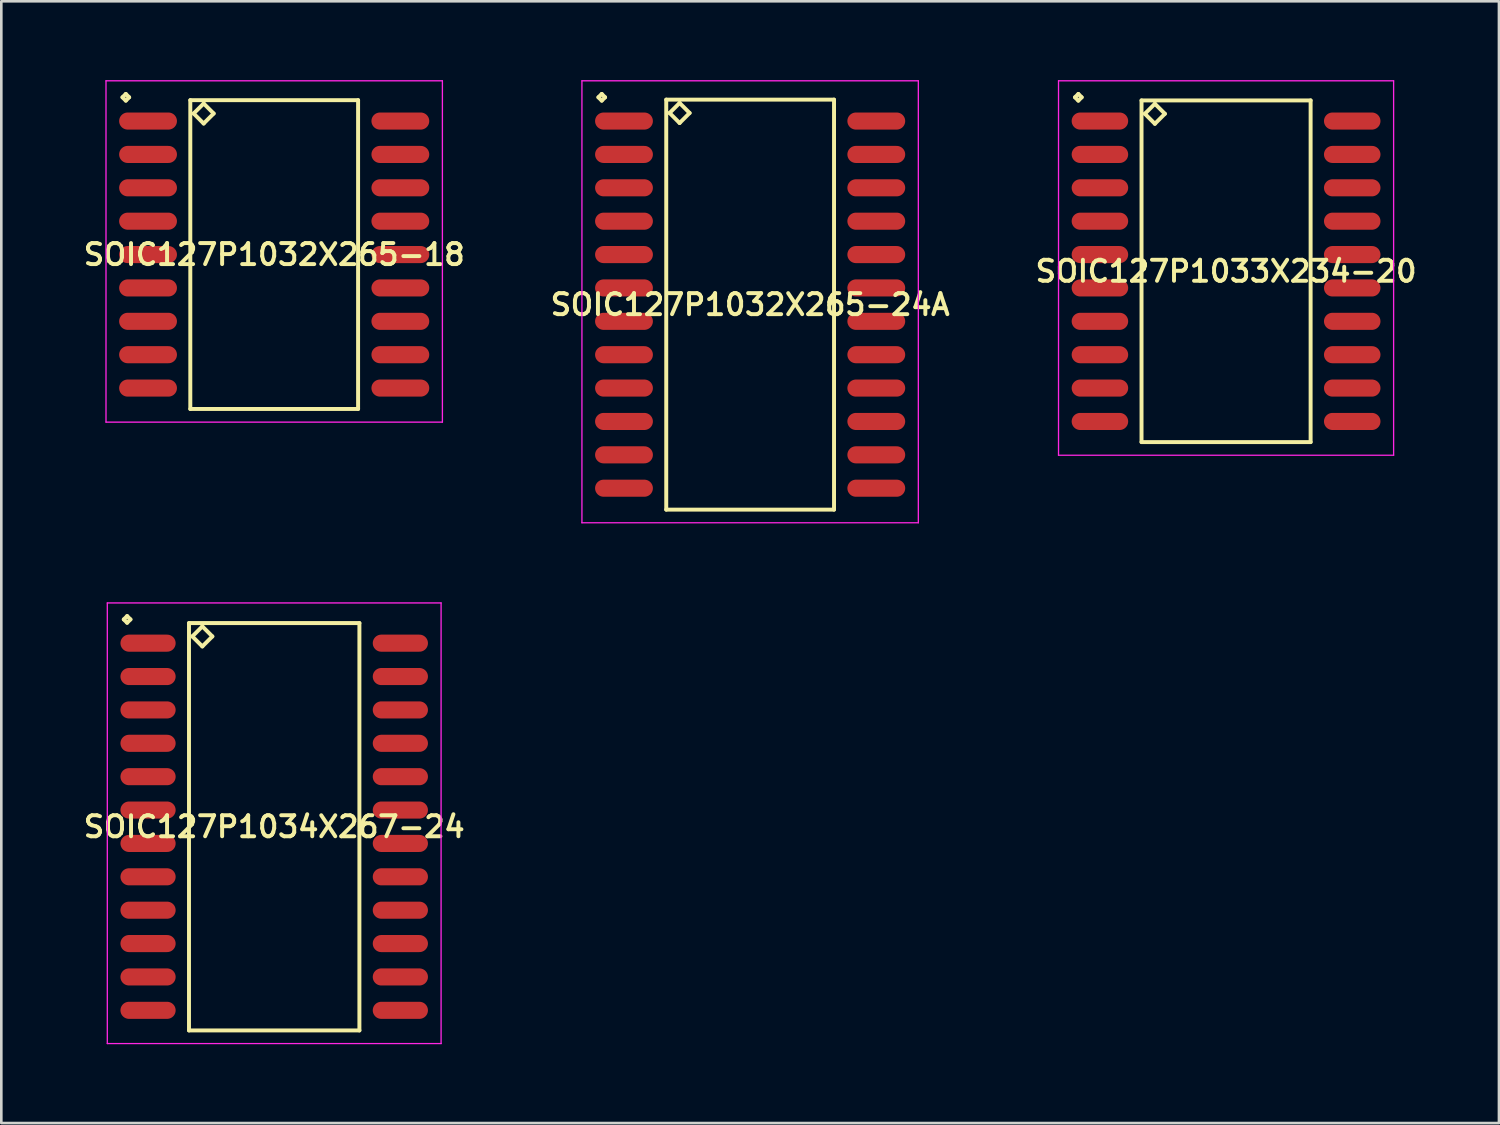
<source format=kicad_pcb>
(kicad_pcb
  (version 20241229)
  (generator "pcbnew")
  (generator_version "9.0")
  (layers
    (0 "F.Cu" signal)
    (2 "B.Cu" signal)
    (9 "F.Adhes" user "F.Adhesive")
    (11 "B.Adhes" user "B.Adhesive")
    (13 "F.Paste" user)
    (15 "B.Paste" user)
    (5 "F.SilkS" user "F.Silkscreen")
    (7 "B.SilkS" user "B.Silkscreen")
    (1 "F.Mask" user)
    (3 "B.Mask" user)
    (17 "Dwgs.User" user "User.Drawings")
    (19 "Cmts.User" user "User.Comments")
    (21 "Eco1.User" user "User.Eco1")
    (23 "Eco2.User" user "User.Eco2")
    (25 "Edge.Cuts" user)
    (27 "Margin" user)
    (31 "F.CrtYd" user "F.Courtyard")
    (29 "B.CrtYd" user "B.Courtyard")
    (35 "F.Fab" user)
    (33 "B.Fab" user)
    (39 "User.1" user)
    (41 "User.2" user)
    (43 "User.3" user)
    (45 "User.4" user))
  (footprint "SOIC127P1034X267-24"
    (layer "F.Cu")
    (at 7.383 28.407)
    (property "Reference" "SOIC127P1034X267-24" (at 0 0 0) (layer "F.SilkS") (effects (font (size 0.8 0.8) (thickness 0.15))))
    (attr smd)
    (fp_line (start -5.723 -7.889) (end -5.596 -8.016) (stroke (width 0.15) (type solid)) (layer "F.SilkS"))
    (fp_line (start -5.596 -8.016) (end -5.469 -7.889) (stroke (width 0.15) (type solid)) (layer "F.SilkS"))
    (fp_line (start -5.596 -7.762) (end -5.723 -7.889) (stroke (width 0.15) (type solid)) (layer "F.SilkS"))
    (fp_line (start -5.469 -7.889) (end -5.596 -7.762) (stroke (width 0.15) (type solid)) (layer "F.SilkS"))
    (fp_line (start -3.242 -7.75) (end -3.242 7.75) (stroke (width 0.15) (type solid)) (layer "F.SilkS"))
    (fp_line (start -3.242 7.75) (end 3.242 7.75) (stroke (width 0.15) (type solid)) (layer "F.SilkS"))
    (fp_line (start -3.115 -7.242) (end -2.734 -7.623) (stroke (width 0.15) (type solid)) (layer "F.SilkS"))
    (fp_line (start -2.734 -7.623) (end -2.353 -7.242) (stroke (width 0.15) (type solid)) (layer "F.SilkS"))
    (fp_line (start -2.734 -6.861) (end -3.115 -7.242) (stroke (width 0.15) (type solid)) (layer "F.SilkS"))
    (fp_line (start -2.353 -7.242) (end -2.734 -6.861) (stroke (width 0.15) (type solid)) (layer "F.SilkS"))
    (fp_line (start 3.242 -7.75) (end -3.242 -7.75) (stroke (width 0.15) (type solid)) (layer "F.SilkS"))
    (fp_line (start 3.242 7.75) (end 3.242 -7.75) (stroke (width 0.15) (type solid)) (layer "F.SilkS"))
    (fp_line (start -6.35 -8.516) (end 6.35 -8.516) (stroke (width 0.05) (type solid)) (layer "F.CrtYd"))
    (fp_line (start -6.35 8.25) (end -6.35 -8.516) (stroke (width 0.05) (type solid)) (layer "F.CrtYd"))
    (fp_line (start 6.35 -8.516) (end 6.35 8.25) (stroke (width 0.05) (type solid)) (layer "F.CrtYd"))
    (fp_line (start 6.35 8.25) (end -6.35 8.25) (stroke (width 0.05) (type solid)) (layer "F.CrtYd"))
    (pad "1" smd oval (at -4.8 -6.985) (size 2.1 0.65) (layers "F.Cu" "F.Mask" "F.Paste"))
    (pad "2" smd oval (at -4.8 -5.715) (size 2.1 0.65) (layers "F.Cu" "F.Mask" "F.Paste"))
    (pad "3" smd oval (at -4.8 -4.445) (size 2.1 0.65) (layers "F.Cu" "F.Mask" "F.Paste"))
    (pad "4" smd oval (at -4.8 -3.175) (size 2.1 0.65) (layers "F.Cu" "F.Mask" "F.Paste"))
    (pad "5" smd oval (at -4.8 -1.905) (size 2.1 0.65) (layers "F.Cu" "F.Mask" "F.Paste"))
    (pad "6" smd oval (at -4.8 -0.635) (size 2.1 0.65) (layers "F.Cu" "F.Mask" "F.Paste"))
    (pad "7" smd oval (at -4.8 0.635) (size 2.1 0.65) (layers "F.Cu" "F.Mask" "F.Paste"))
    (pad "8" smd oval (at -4.8 1.905) (size 2.1 0.65) (layers "F.Cu" "F.Mask" "F.Paste"))
    (pad "9" smd oval (at -4.8 3.175) (size 2.1 0.65) (layers "F.Cu" "F.Mask" "F.Paste"))
    (pad "10" smd oval (at -4.8 4.445) (size 2.1 0.65) (layers "F.Cu" "F.Mask" "F.Paste"))
    (pad "11" smd oval (at -4.8 5.715) (size 2.1 0.65) (layers "F.Cu" "F.Mask" "F.Paste"))
    (pad "12" smd oval (at -4.8 6.985) (size 2.1 0.65) (layers "F.Cu" "F.Mask" "F.Paste"))
    (pad "13" smd oval (at 4.8 6.985) (size 2.1 0.65) (layers "F.Cu" "F.Mask" "F.Paste"))
    (pad "14" smd oval (at 4.8 5.715) (size 2.1 0.65) (layers "F.Cu" "F.Mask" "F.Paste"))
    (pad "15" smd oval (at 4.8 4.445) (size 2.1 0.65) (layers "F.Cu" "F.Mask" "F.Paste"))
    (pad "16" smd oval (at 4.8 3.175) (size 2.1 0.65) (layers "F.Cu" "F.Mask" "F.Paste"))
    (pad "17" smd oval (at 4.8 1.905) (size 2.1 0.65) (layers "F.Cu" "F.Mask" "F.Paste"))
    (pad "18" smd oval (at 4.8 0.635) (size 2.1 0.65) (layers "F.Cu" "F.Mask" "F.Paste"))
    (pad "19" smd oval (at 4.8 -0.635) (size 2.1 0.65) (layers "F.Cu" "F.Mask" "F.Paste"))
    (pad "20" smd oval (at 4.8 -1.905) (size 2.1 0.65) (layers "F.Cu" "F.Mask" "F.Paste"))
    (pad "21" smd oval (at 4.8 -3.175) (size 2.1 0.65) (layers "F.Cu" "F.Mask" "F.Paste"))
    (pad "22" smd oval (at 4.8 -4.445) (size 2.1 0.65) (layers "F.Cu" "F.Mask" "F.Paste"))
    (pad "23" smd oval (at 4.8 -5.715) (size 2.1 0.65) (layers "F.Cu" "F.Mask" "F.Paste"))
    (pad "24" smd oval (at 4.8 -6.985) (size 2.1 0.65) (layers "F.Cu" "F.Mask" "F.Paste")))
  (footprint "SOIC127P1033X234-20"
    (layer "F.Cu")
    (at 43.601 7.271)
    (property "Reference" "SOIC127P1033X234-20" (at 0 0 0) (layer "F.SilkS") (effects (font (size 0.8 0.8) (thickness 0.15))))
    (attr smd)
    (fp_line (start -5.748 -6.619) (end -5.621 -6.746) (stroke (width 0.15) (type solid)) (layer "F.SilkS"))
    (fp_line (start -5.621 -6.746) (end -5.494 -6.619) (stroke (width 0.15) (type solid)) (layer "F.SilkS"))
    (fp_line (start -5.621 -6.492) (end -5.748 -6.619) (stroke (width 0.15) (type solid)) (layer "F.SilkS"))
    (fp_line (start -5.494 -6.619) (end -5.621 -6.492) (stroke (width 0.15) (type solid)) (layer "F.SilkS"))
    (fp_line (start -3.217 -6.5) (end -3.217 6.5) (stroke (width 0.15) (type solid)) (layer "F.SilkS"))
    (fp_line (start -3.217 6.5) (end 3.217 6.5) (stroke (width 0.15) (type solid)) (layer "F.SilkS"))
    (fp_line (start -3.09 -5.992) (end -2.709 -6.373) (stroke (width 0.15) (type solid)) (layer "F.SilkS"))
    (fp_line (start -2.709 -6.373) (end -2.328 -5.992) (stroke (width 0.15) (type solid)) (layer "F.SilkS"))
    (fp_line (start -2.709 -5.611) (end -3.09 -5.992) (stroke (width 0.15) (type solid)) (layer "F.SilkS"))
    (fp_line (start -2.328 -5.992) (end -2.709 -5.611) (stroke (width 0.15) (type solid)) (layer "F.SilkS"))
    (fp_line (start 3.217 -6.5) (end -3.217 -6.5) (stroke (width 0.15) (type solid)) (layer "F.SilkS"))
    (fp_line (start 3.217 6.5) (end 3.217 -6.5) (stroke (width 0.15) (type solid)) (layer "F.SilkS"))
    (fp_line (start -6.375 -7.246) (end 6.375 -7.246) (stroke (width 0.05) (type solid)) (layer "F.CrtYd"))
    (fp_line (start -6.375 7) (end -6.375 -7.246) (stroke (width 0.05) (type solid)) (layer "F.CrtYd"))
    (fp_line (start 6.375 -7.246) (end 6.375 7) (stroke (width 0.05) (type solid)) (layer "F.CrtYd"))
    (fp_line (start 6.375 7) (end -6.375 7) (stroke (width 0.05) (type solid)) (layer "F.CrtYd"))
    (pad "1" smd oval (at -4.8 -5.715) (size 2.15 0.65) (layers "F.Cu" "F.Mask" "F.Paste"))
    (pad "2" smd oval (at -4.8 -4.445) (size 2.15 0.65) (layers "F.Cu" "F.Mask" "F.Paste"))
    (pad "3" smd oval (at -4.8 -3.175) (size 2.15 0.65) (layers "F.Cu" "F.Mask" "F.Paste"))
    (pad "4" smd oval (at -4.8 -1.905) (size 2.15 0.65) (layers "F.Cu" "F.Mask" "F.Paste"))
    (pad "5" smd oval (at -4.8 -0.635) (size 2.15 0.65) (layers "F.Cu" "F.Mask" "F.Paste"))
    (pad "6" smd oval (at -4.8 0.635) (size 2.15 0.65) (layers "F.Cu" "F.Mask" "F.Paste"))
    (pad "7" smd oval (at -4.8 1.905) (size 2.15 0.65) (layers "F.Cu" "F.Mask" "F.Paste"))
    (pad "8" smd oval (at -4.8 3.175) (size 2.15 0.65) (layers "F.Cu" "F.Mask" "F.Paste"))
    (pad "9" smd oval (at -4.8 4.445) (size 2.15 0.65) (layers "F.Cu" "F.Mask" "F.Paste"))
    (pad "10" smd oval (at -4.8 5.715) (size 2.15 0.65) (layers "F.Cu" "F.Mask" "F.Paste"))
    (pad "11" smd oval (at 4.8 5.715) (size 2.15 0.65) (layers "F.Cu" "F.Mask" "F.Paste"))
    (pad "12" smd oval (at 4.8 4.445) (size 2.15 0.65) (layers "F.Cu" "F.Mask" "F.Paste"))
    (pad "13" smd oval (at 4.8 3.175) (size 2.15 0.65) (layers "F.Cu" "F.Mask" "F.Paste"))
    (pad "14" smd oval (at 4.8 1.905) (size 2.15 0.65) (layers "F.Cu" "F.Mask" "F.Paste"))
    (pad "15" smd oval (at 4.8 0.635) (size 2.15 0.65) (layers "F.Cu" "F.Mask" "F.Paste"))
    (pad "16" smd oval (at 4.8 -0.635) (size 2.15 0.65) (layers "F.Cu" "F.Mask" "F.Paste"))
    (pad "17" smd oval (at 4.8 -1.905) (size 2.15 0.65) (layers "F.Cu" "F.Mask" "F.Paste"))
    (pad "18" smd oval (at 4.8 -3.175) (size 2.15 0.65) (layers "F.Cu" "F.Mask" "F.Paste"))
    (pad "19" smd oval (at 4.8 -4.445) (size 2.15 0.65) (layers "F.Cu" "F.Mask" "F.Paste"))
    (pad "20" smd oval (at 4.8 -5.715) (size 2.15 0.65) (layers "F.Cu" "F.Mask" "F.Paste")))
  (footprint "SOIC127P1032X265-24A"
    (layer "F.Cu")
    (at 25.492 8.541)
    (property "Reference" "SOIC127P1032X265-24A" (at 0 0 0) (layer "F.SilkS") (effects (font (size 0.8 0.8) (thickness 0.15))))
    (attr smd)
    (fp_line (start -5.773 -7.889) (end -5.646 -8.016) (stroke (width 0.15) (type solid)) (layer "F.SilkS"))
    (fp_line (start -5.646 -8.016) (end -5.519 -7.889) (stroke (width 0.15) (type solid)) (layer "F.SilkS"))
    (fp_line (start -5.646 -7.762) (end -5.773 -7.889) (stroke (width 0.15) (type solid)) (layer "F.SilkS"))
    (fp_line (start -5.519 -7.889) (end -5.646 -7.762) (stroke (width 0.15) (type solid)) (layer "F.SilkS"))
    (fp_line (start -3.192 -7.8) (end -3.192 7.8) (stroke (width 0.15) (type solid)) (layer "F.SilkS"))
    (fp_line (start -3.192 7.8) (end 3.192 7.8) (stroke (width 0.15) (type solid)) (layer "F.SilkS"))
    (fp_line (start -3.065 -7.292) (end -2.684 -7.673) (stroke (width 0.15) (type solid)) (layer "F.SilkS"))
    (fp_line (start -2.684 -7.673) (end -2.303 -7.292) (stroke (width 0.15) (type solid)) (layer "F.SilkS"))
    (fp_line (start -2.684 -6.911) (end -3.065 -7.292) (stroke (width 0.15) (type solid)) (layer "F.SilkS"))
    (fp_line (start -2.303 -7.292) (end -2.684 -6.911) (stroke (width 0.15) (type solid)) (layer "F.SilkS"))
    (fp_line (start 3.192 -7.8) (end -3.192 -7.8) (stroke (width 0.15) (type solid)) (layer "F.SilkS"))
    (fp_line (start 3.192 7.8) (end 3.192 -7.8) (stroke (width 0.15) (type solid)) (layer "F.SilkS"))
    (fp_line (start -6.4 -8.516) (end 6.4 -8.516) (stroke (width 0.05) (type solid)) (layer "F.CrtYd"))
    (fp_line (start -6.4 8.3) (end -6.4 -8.516) (stroke (width 0.05) (type solid)) (layer "F.CrtYd"))
    (fp_line (start 6.4 -8.516) (end 6.4 8.3) (stroke (width 0.05) (type solid)) (layer "F.CrtYd"))
    (fp_line (start 6.4 8.3) (end -6.4 8.3) (stroke (width 0.05) (type solid)) (layer "F.CrtYd"))
    (pad "1" smd oval (at -4.8 -6.985) (size 2.2 0.65) (layers "F.Cu" "F.Mask" "F.Paste"))
    (pad "2" smd oval (at -4.8 -5.715) (size 2.2 0.65) (layers "F.Cu" "F.Mask" "F.Paste"))
    (pad "3" smd oval (at -4.8 -4.445) (size 2.2 0.65) (layers "F.Cu" "F.Mask" "F.Paste"))
    (pad "4" smd oval (at -4.8 -3.175) (size 2.2 0.65) (layers "F.Cu" "F.Mask" "F.Paste"))
    (pad "5" smd oval (at -4.8 -1.905) (size 2.2 0.65) (layers "F.Cu" "F.Mask" "F.Paste"))
    (pad "6" smd oval (at -4.8 -0.635) (size 2.2 0.65) (layers "F.Cu" "F.Mask" "F.Paste"))
    (pad "7" smd oval (at -4.8 0.635) (size 2.2 0.65) (layers "F.Cu" "F.Mask" "F.Paste"))
    (pad "8" smd oval (at -4.8 1.905) (size 2.2 0.65) (layers "F.Cu" "F.Mask" "F.Paste"))
    (pad "9" smd oval (at -4.8 3.175) (size 2.2 0.65) (layers "F.Cu" "F.Mask" "F.Paste"))
    (pad "10" smd oval (at -4.8 4.445) (size 2.2 0.65) (layers "F.Cu" "F.Mask" "F.Paste"))
    (pad "11" smd oval (at -4.8 5.715) (size 2.2 0.65) (layers "F.Cu" "F.Mask" "F.Paste"))
    (pad "12" smd oval (at -4.8 6.985) (size 2.2 0.65) (layers "F.Cu" "F.Mask" "F.Paste"))
    (pad "13" smd oval (at 4.8 6.985) (size 2.2 0.65) (layers "F.Cu" "F.Mask" "F.Paste"))
    (pad "14" smd oval (at 4.8 5.715) (size 2.2 0.65) (layers "F.Cu" "F.Mask" "F.Paste"))
    (pad "15" smd oval (at 4.8 4.445) (size 2.2 0.65) (layers "F.Cu" "F.Mask" "F.Paste"))
    (pad "16" smd oval (at 4.8 3.175) (size 2.2 0.65) (layers "F.Cu" "F.Mask" "F.Paste"))
    (pad "17" smd oval (at 4.8 1.905) (size 2.2 0.65) (layers "F.Cu" "F.Mask" "F.Paste"))
    (pad "18" smd oval (at 4.8 0.635) (size 2.2 0.65) (layers "F.Cu" "F.Mask" "F.Paste"))
    (pad "19" smd oval (at 4.8 -0.635) (size 2.2 0.65) (layers "F.Cu" "F.Mask" "F.Paste"))
    (pad "20" smd oval (at 4.8 -1.905) (size 2.2 0.65) (layers "F.Cu" "F.Mask" "F.Paste"))
    (pad "21" smd oval (at 4.8 -3.175) (size 2.2 0.65) (layers "F.Cu" "F.Mask" "F.Paste"))
    (pad "22" smd oval (at 4.8 -4.445) (size 2.2 0.65) (layers "F.Cu" "F.Mask" "F.Paste"))
    (pad "23" smd oval (at 4.8 -5.715) (size 2.2 0.65) (layers "F.Cu" "F.Mask" "F.Paste"))
    (pad "24" smd oval (at 4.8 -6.985) (size 2.2 0.65) (layers "F.Cu" "F.Mask" "F.Paste")))
  (footprint "SOIC127P1032X265-18"
    (layer "F.Cu")
    (at 7.383 6.636)
    (property "Reference" "SOIC127P1032X265-18" (at 0 0 0) (layer "F.SilkS") (effects (font (size 0.8 0.8) (thickness 0.15))))
    (attr smd)
    (fp_line (start -5.773 -5.984) (end -5.646 -6.111) (stroke (width 0.15) (type solid)) (layer "F.SilkS"))
    (fp_line (start -5.646 -6.111) (end -5.519 -5.984) (stroke (width 0.15) (type solid)) (layer "F.SilkS"))
    (fp_line (start -5.646 -5.857) (end -5.773 -5.984) (stroke (width 0.15) (type solid)) (layer "F.SilkS"))
    (fp_line (start -5.519 -5.984) (end -5.646 -5.857) (stroke (width 0.15) (type solid)) (layer "F.SilkS"))
    (fp_line (start -3.192 -5.875) (end -3.192 5.875) (stroke (width 0.15) (type solid)) (layer "F.SilkS"))
    (fp_line (start -3.192 5.875) (end 3.192 5.875) (stroke (width 0.15) (type solid)) (layer "F.SilkS"))
    (fp_line (start -3.065 -5.367) (end -2.684 -5.748) (stroke (width 0.15) (type solid)) (layer "F.SilkS"))
    (fp_line (start -2.684 -5.748) (end -2.303 -5.367) (stroke (width 0.15) (type solid)) (layer "F.SilkS"))
    (fp_line (start -2.684 -4.986) (end -3.065 -5.367) (stroke (width 0.15) (type solid)) (layer "F.SilkS"))
    (fp_line (start -2.303 -5.367) (end -2.684 -4.986) (stroke (width 0.15) (type solid)) (layer "F.SilkS"))
    (fp_line (start 3.192 -5.875) (end -3.192 -5.875) (stroke (width 0.15) (type solid)) (layer "F.SilkS"))
    (fp_line (start 3.192 5.875) (end 3.192 -5.875) (stroke (width 0.15) (type solid)) (layer "F.SilkS"))
    (fp_line (start -6.4 -6.611) (end 6.4 -6.611) (stroke (width 0.05) (type solid)) (layer "F.CrtYd"))
    (fp_line (start -6.4 6.375) (end -6.4 -6.611) (stroke (width 0.05) (type solid)) (layer "F.CrtYd"))
    (fp_line (start 6.4 -6.611) (end 6.4 6.375) (stroke (width 0.05) (type solid)) (layer "F.CrtYd"))
    (fp_line (start 6.4 6.375) (end -6.4 6.375) (stroke (width 0.05) (type solid)) (layer "F.CrtYd"))
    (pad "1" smd oval (at -4.8 -5.08) (size 2.2 0.65) (layers "F.Cu" "F.Mask" "F.Paste"))
    (pad "2" smd oval (at -4.8 -3.81) (size 2.2 0.65) (layers "F.Cu" "F.Mask" "F.Paste"))
    (pad "3" smd oval (at -4.8 -2.54) (size 2.2 0.65) (layers "F.Cu" "F.Mask" "F.Paste"))
    (pad "4" smd oval (at -4.8 -1.27) (size 2.2 0.65) (layers "F.Cu" "F.Mask" "F.Paste"))
    (pad "5" smd oval (at -4.8 0) (size 2.2 0.65) (layers "F.Cu" "F.Mask" "F.Paste"))
    (pad "6" smd oval (at -4.8 1.27) (size 2.2 0.65) (layers "F.Cu" "F.Mask" "F.Paste"))
    (pad "7" smd oval (at -4.8 2.54) (size 2.2 0.65) (layers "F.Cu" "F.Mask" "F.Paste"))
    (pad "8" smd oval (at -4.8 3.81) (size 2.2 0.65) (layers "F.Cu" "F.Mask" "F.Paste"))
    (pad "9" smd oval (at -4.8 5.08) (size 2.2 0.65) (layers "F.Cu" "F.Mask" "F.Paste"))
    (pad "10" smd oval (at 4.8 5.08) (size 2.2 0.65) (layers "F.Cu" "F.Mask" "F.Paste"))
    (pad "11" smd oval (at 4.8 3.81) (size 2.2 0.65) (layers "F.Cu" "F.Mask" "F.Paste"))
    (pad "12" smd oval (at 4.8 2.54) (size 2.2 0.65) (layers "F.Cu" "F.Mask" "F.Paste"))
    (pad "13" smd oval (at 4.8 1.27) (size 2.2 0.65) (layers "F.Cu" "F.Mask" "F.Paste"))
    (pad "14" smd oval (at 4.8 0) (size 2.2 0.65) (layers "F.Cu" "F.Mask" "F.Paste"))
    (pad "15" smd oval (at 4.8 -1.27) (size 2.2 0.65) (layers "F.Cu" "F.Mask" "F.Paste"))
    (pad "16" smd oval (at 4.8 -2.54) (size 2.2 0.65) (layers "F.Cu" "F.Mask" "F.Paste"))
    (pad "17" smd oval (at 4.8 -3.81) (size 2.2 0.65) (layers "F.Cu" "F.Mask" "F.Paste"))
    (pad "18" smd oval (at 4.8 -5.08) (size 2.2 0.65) (layers "F.Cu" "F.Mask" "F.Paste")))
  (gr_rect
    (start -3 -3)
    (end 53.984 39.682)
    (stroke (width 0.1) (type default))
    (fill no)
    (layer "Edge.Cuts")))
</source>
